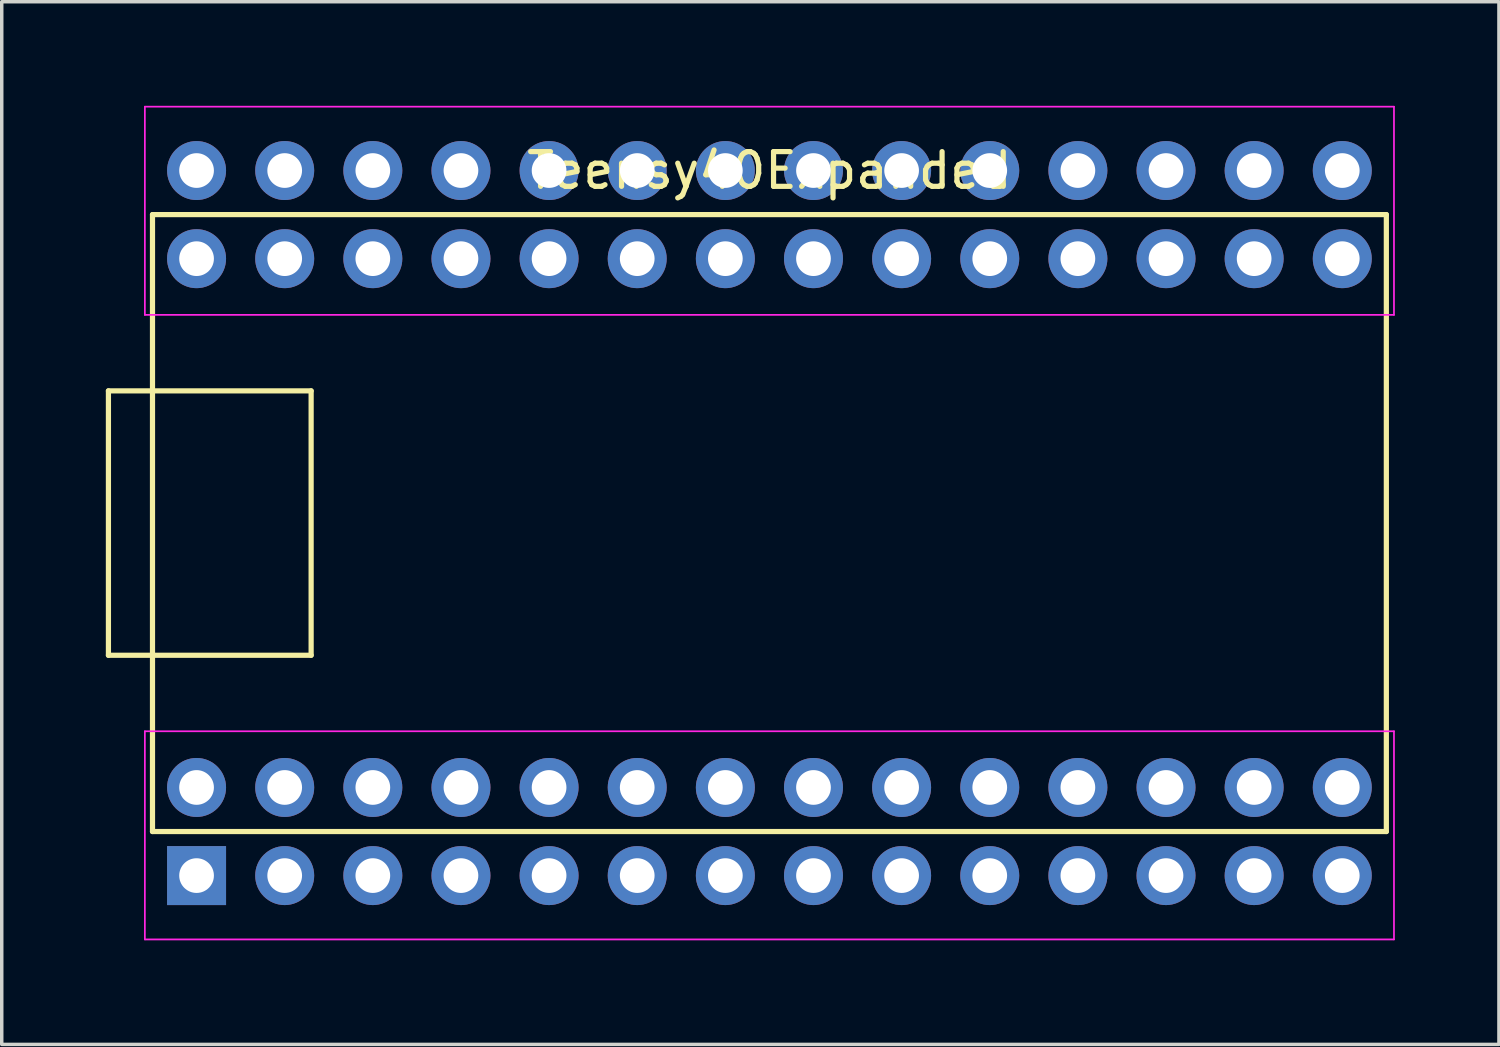
<source format=kicad_pcb>
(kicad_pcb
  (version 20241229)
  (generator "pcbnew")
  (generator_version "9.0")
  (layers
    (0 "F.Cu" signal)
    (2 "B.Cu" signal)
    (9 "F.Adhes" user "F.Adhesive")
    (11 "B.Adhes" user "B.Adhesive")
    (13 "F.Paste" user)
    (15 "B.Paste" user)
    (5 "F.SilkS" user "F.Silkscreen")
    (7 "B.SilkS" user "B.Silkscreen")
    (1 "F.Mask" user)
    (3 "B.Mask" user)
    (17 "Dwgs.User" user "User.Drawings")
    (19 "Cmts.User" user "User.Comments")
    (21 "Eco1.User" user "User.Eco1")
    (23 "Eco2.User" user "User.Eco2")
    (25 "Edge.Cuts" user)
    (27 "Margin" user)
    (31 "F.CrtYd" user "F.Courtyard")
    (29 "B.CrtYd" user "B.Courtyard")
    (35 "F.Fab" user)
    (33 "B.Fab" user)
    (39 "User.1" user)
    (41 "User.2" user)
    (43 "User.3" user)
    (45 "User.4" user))
  (footprint "Teensy40Expanded"
    (layer "F.Cu")
    (at 19.125 12.025)
    (property "Reference" "Teensy40Expanded" (at 0 -10.16 0) (layer "F.SilkS") (effects (font (size 1 1) (thickness 0.15))))
    (attr through_hole)
    (fp_line (start -19.05 -3.81) (end -17.78 -3.81) (stroke (width 0.15) (type solid)) (layer "F.SilkS"))
    (fp_line (start -19.05 3.81) (end -19.05 -3.81) (stroke (width 0.15) (type solid)) (layer "F.SilkS"))
    (fp_line (start -17.78 -8.89) (end 17.78 -8.89) (stroke (width 0.15) (type solid)) (layer "F.SilkS"))
    (fp_line (start -17.78 3.81) (end -19.05 3.81) (stroke (width 0.15) (type solid)) (layer "F.SilkS"))
    (fp_line (start -17.78 8.89) (end -17.78 -8.89) (stroke (width 0.15) (type solid)) (layer "F.SilkS"))
    (fp_line (start -13.208 -3.81) (end -17.78 -3.81) (stroke (width 0.15) (type solid)) (layer "F.SilkS"))
    (fp_line (start -13.208 3.81) (end -17.78 3.81) (stroke (width 0.15) (type solid)) (layer "F.SilkS"))
    (fp_line (start -13.208 3.81) (end -13.208 -3.81) (stroke (width 0.15) (type solid)) (layer "F.SilkS"))
    (fp_line (start 17.78 -8.89) (end 17.78 8.89) (stroke (width 0.15) (type solid)) (layer "F.SilkS"))
    (fp_line (start 17.78 8.89) (end -17.78 8.89) (stroke (width 0.15) (type solid)) (layer "F.SilkS"))
    (fp_line (start -18 -12) (end -18 -6) (stroke (width 0.05) (type solid)) (layer "F.CrtYd"))
    (fp_line (start -18 -6) (end 18 -6) (stroke (width 0.05) (type solid)) (layer "F.CrtYd"))
    (fp_line (start -18 6) (end -18 12) (stroke (width 0.05) (type solid)) (layer "F.CrtYd"))
    (fp_line (start -18 12) (end 18 12) (stroke (width 0.05) (type solid)) (layer "F.CrtYd"))
    (fp_line (start 18 -12) (end -18 -12) (stroke (width 0.05) (type solid)) (layer "F.CrtYd"))
    (fp_line (start 18 -6) (end 18 -12) (stroke (width 0.05) (type solid)) (layer "F.CrtYd"))
    (fp_line (start 18 6) (end -18 6) (stroke (width 0.05) (type solid)) (layer "F.CrtYd"))
    (fp_line (start 18 12) (end 18 6) (stroke (width 0.05) (type solid)) (layer "F.CrtYd"))
    (pad "1" thru_hole rect (at -16.51 10.16) (size 1.7 1.7) (drill 1) (layers "*.Cu" "*.Mask"))
    (pad "2" thru_hole circle (at -13.97 10.16) (size 1.7 1.7) (drill 1) (layers "*.Cu" "*.Mask"))
    (pad "3" thru_hole circle (at -11.43 10.16) (size 1.7 1.7) (drill 1) (layers "*.Cu" "*.Mask"))
    (pad "4" thru_hole circle (at -8.89 10.16) (size 1.7 1.7) (drill 1) (layers "*.Cu" "*.Mask"))
    (pad "5" thru_hole circle (at -6.35 10.16) (size 1.7 1.7) (drill 1) (layers "*.Cu" "*.Mask"))
    (pad "6" thru_hole circle (at -3.81 10.16) (size 1.7 1.7) (drill 1) (layers "*.Cu" "*.Mask"))
    (pad "7" thru_hole circle (at -1.27 10.16) (size 1.7 1.7) (drill 1) (layers "*.Cu" "*.Mask"))
    (pad "8" thru_hole circle (at 1.27 10.16) (size 1.7 1.7) (drill 1) (layers "*.Cu" "*.Mask"))
    (pad "9" thru_hole circle (at 3.81 10.16) (size 1.7 1.7) (drill 1) (layers "*.Cu" "*.Mask"))
    (pad "10" thru_hole circle (at 6.35 10.16) (size 1.7 1.7) (drill 1) (layers "*.Cu" "*.Mask"))
    (pad "11" thru_hole circle (at 8.89 10.16) (size 1.7 1.7) (drill 1) (layers "*.Cu" "*.Mask"))
    (pad "12" thru_hole circle (at 11.43 10.16) (size 1.7 1.7) (drill 1) (layers "*.Cu" "*.Mask"))
    (pad "13" thru_hole circle (at 13.97 10.16) (size 1.7 1.7) (drill 1) (layers "*.Cu" "*.Mask"))
    (pad "14" thru_hole circle (at 16.51 10.16) (size 1.7 1.7) (drill 1) (layers "*.Cu" "*.Mask"))
    (pad "15" thru_hole circle (at -16.51 7.62) (size 1.7 1.7) (drill 1) (layers "*.Cu" "*.Mask"))
    (pad "16" thru_hole circle (at -13.97 7.62) (size 1.7 1.7) (drill 1) (layers "*.Cu" "*.Mask"))
    (pad "17" thru_hole circle (at -11.43 7.62) (size 1.7 1.7) (drill 1) (layers "*.Cu" "*.Mask"))
    (pad "18" thru_hole circle (at -8.89 7.62) (size 1.7 1.7) (drill 1) (layers "*.Cu" "*.Mask"))
    (pad "19" thru_hole circle (at -6.35 7.62) (size 1.7 1.7) (drill 1) (layers "*.Cu" "*.Mask"))
    (pad "20" thru_hole circle (at -3.81 7.62) (size 1.7 1.7) (drill 1) (layers "*.Cu" "*.Mask"))
    (pad "21" thru_hole circle (at -1.27 7.62) (size 1.7 1.7) (drill 1) (layers "*.Cu" "*.Mask"))
    (pad "22" thru_hole circle (at 1.27 7.62) (size 1.7 1.7) (drill 1) (layers "*.Cu" "*.Mask"))
    (pad "23" thru_hole circle (at 3.81 7.62) (size 1.7 1.7) (drill 1) (layers "*.Cu" "*.Mask"))
    (pad "24" thru_hole circle (at 6.35 7.62) (size 1.7 1.7) (drill 1) (layers "*.Cu" "*.Mask"))
    (pad "25" thru_hole circle (at 8.89 7.62) (size 1.7 1.7) (drill 1) (layers "*.Cu" "*.Mask"))
    (pad "26" thru_hole circle (at 11.43 7.62) (size 1.7 1.7) (drill 1) (layers "*.Cu" "*.Mask"))
    (pad "27" thru_hole circle (at 13.97 7.62) (size 1.7 1.7) (drill 1) (layers "*.Cu" "*.Mask"))
    (pad "28" thru_hole circle (at 16.51 7.62) (size 1.7 1.7) (drill 1) (layers "*.Cu" "*.Mask"))
    (pad "29" thru_hole circle (at -16.51 -7.62) (size 1.7 1.7) (drill 1) (layers "*.Cu" "*.Mask"))
    (pad "30" thru_hole circle (at -13.97 -7.62) (size 1.7 1.7) (drill 1) (layers "*.Cu" "*.Mask"))
    (pad "31" thru_hole circle (at -11.43 -7.62) (size 1.7 1.7) (drill 1) (layers "*.Cu" "*.Mask"))
    (pad "32" thru_hole circle (at -8.89 -7.62) (size 1.7 1.7) (drill 1) (layers "*.Cu" "*.Mask"))
    (pad "33" thru_hole circle (at -6.35 -7.62) (size 1.7 1.7) (drill 1) (layers "*.Cu" "*.Mask"))
    (pad "34" thru_hole circle (at -3.81 -7.62) (size 1.7 1.7) (drill 1) (layers "*.Cu" "*.Mask"))
    (pad "35" thru_hole circle (at -1.27 -7.62) (size 1.7 1.7) (drill 1) (layers "*.Cu" "*.Mask"))
    (pad "36" thru_hole circle (at 1.27 -7.62) (size 1.7 1.7) (drill 1) (layers "*.Cu" "*.Mask"))
    (pad "37" thru_hole circle (at 3.81 -7.62) (size 1.7 1.7) (drill 1) (layers "*.Cu" "*.Mask"))
    (pad "38" thru_hole circle (at 6.35 -7.62) (size 1.7 1.7) (drill 1) (layers "*.Cu" "*.Mask"))
    (pad "39" thru_hole circle (at 8.89 -7.62) (size 1.7 1.7) (drill 1) (layers "*.Cu" "*.Mask"))
    (pad "40" thru_hole circle (at 11.43 -7.62) (size 1.7 1.7) (drill 1) (layers "*.Cu" "*.Mask"))
    (pad "41" thru_hole circle (at 13.97 -7.62) (size 1.7 1.7) (drill 1) (layers "*.Cu" "*.Mask"))
    (pad "42" thru_hole circle (at 16.51 -7.62) (size 1.7 1.7) (drill 1) (layers "*.Cu" "*.Mask"))
    (pad "43" thru_hole circle (at -16.51 -10.16) (size 1.7 1.7) (drill 1) (layers "*.Cu" "*.Mask"))
    (pad "44" thru_hole circle (at -13.97 -10.16) (size 1.7 1.7) (drill 1) (layers "*.Cu" "*.Mask"))
    (pad "45" thru_hole circle (at -11.43 -10.16) (size 1.7 1.7) (drill 1) (layers "*.Cu" "*.Mask"))
    (pad "46" thru_hole circle (at -8.89 -10.16) (size 1.7 1.7) (drill 1) (layers "*.Cu" "*.Mask"))
    (pad "47" thru_hole circle (at -6.35 -10.16) (size 1.7 1.7) (drill 1) (layers "*.Cu" "*.Mask"))
    (pad "48" thru_hole circle (at -3.81 -10.16) (size 1.7 1.7) (drill 1) (layers "*.Cu" "*.Mask"))
    (pad "49" thru_hole circle (at -1.27 -10.16) (size 1.7 1.7) (drill 1) (layers "*.Cu" "*.Mask"))
    (pad "50" thru_hole circle (at 1.27 -10.16) (size 1.7 1.7) (drill 1) (layers "*.Cu" "*.Mask"))
    (pad "51" thru_hole circle (at 3.81 -10.16) (size 1.7 1.7) (drill 1) (layers "*.Cu" "*.Mask"))
    (pad "52" thru_hole circle (at 6.35 -10.16) (size 1.7 1.7) (drill 1) (layers "*.Cu" "*.Mask"))
    (pad "53" thru_hole circle (at 8.89 -10.16) (size 1.7 1.7) (drill 1) (layers "*.Cu" "*.Mask"))
    (pad "54" thru_hole circle (at 11.43 -10.16) (size 1.7 1.7) (drill 1) (layers "*.Cu" "*.Mask"))
    (pad "55" thru_hole circle (at 13.97 -10.16) (size 1.7 1.7) (drill 1) (layers "*.Cu" "*.Mask"))
    (pad "56" thru_hole circle (at 16.51 -10.16) (size 1.7 1.7) (drill 1) (layers "*.Cu" "*.Mask")))
  (gr_rect
    (start -3 -3)
    (end 40.15 27.05)
    (stroke (width 0.1) (type default))
    (fill no)
    (layer "Edge.Cuts")))
</source>
